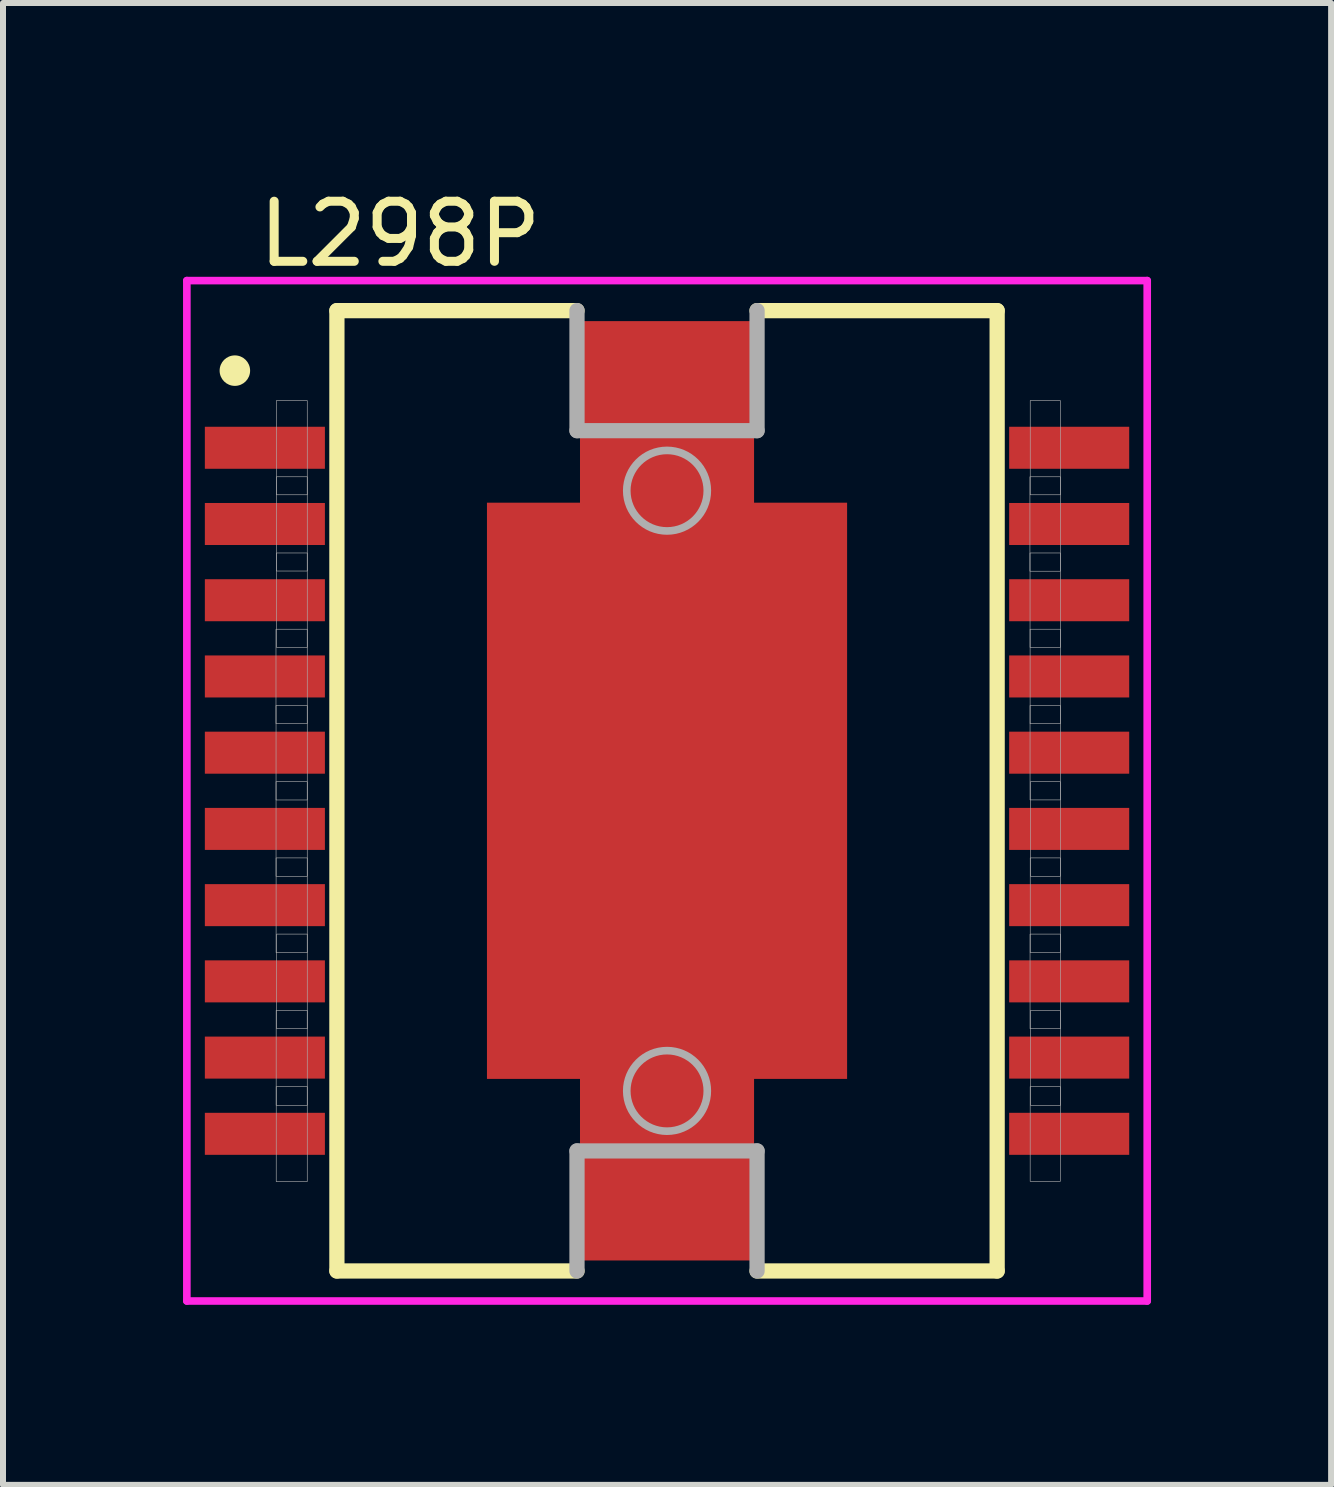
<source format=kicad_pcb>
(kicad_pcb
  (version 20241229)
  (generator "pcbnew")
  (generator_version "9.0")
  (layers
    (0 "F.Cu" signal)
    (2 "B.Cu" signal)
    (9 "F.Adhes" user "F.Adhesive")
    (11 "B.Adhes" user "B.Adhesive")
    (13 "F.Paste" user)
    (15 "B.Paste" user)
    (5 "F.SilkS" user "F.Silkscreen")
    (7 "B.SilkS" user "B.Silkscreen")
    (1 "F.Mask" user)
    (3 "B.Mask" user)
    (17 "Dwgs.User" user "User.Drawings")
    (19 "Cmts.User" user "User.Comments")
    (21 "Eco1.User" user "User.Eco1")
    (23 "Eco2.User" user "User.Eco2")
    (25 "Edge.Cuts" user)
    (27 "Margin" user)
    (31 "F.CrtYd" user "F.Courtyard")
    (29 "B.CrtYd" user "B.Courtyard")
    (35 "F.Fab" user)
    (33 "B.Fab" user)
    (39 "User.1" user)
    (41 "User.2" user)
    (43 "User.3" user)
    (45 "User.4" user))
  (footprint "L298P"
    (layer "F.Cu")
    (at 8.063 10.125)
    (property "Reference" "L298P" (at -4.448 -9.277 0) (layer "F.SilkS") (effects (font (size 1.001 1.001) (thickness 0.15))))
    (attr through_hole)
    (fp_line (start -5.5 8) (end -5.5 -8) (stroke (width 0.254) (type solid)) (layer "F.SilkS"))
    (fp_line (start -1.5 -8) (end -5.5 -8) (stroke (width 0.254) (type solid)) (layer "F.SilkS"))
    (fp_line (start -1.5 8) (end -5.5 8) (stroke (width 0.254) (type solid)) (layer "F.SilkS"))
    (fp_line (start 5.5 -8) (end 1.5 -8) (stroke (width 0.254) (type solid)) (layer "F.SilkS"))
    (fp_line (start 5.5 -8) (end 5.5 8) (stroke (width 0.254) (type solid)) (layer "F.SilkS"))
    (fp_line (start 5.5 8) (end 1.5 8) (stroke (width 0.254) (type solid)) (layer "F.SilkS"))
    (fp_circle (center -7.2 -7) (end -6.946 -7) (stroke (width 0) (type solid)) (fill yes) (layer "F.SilkS"))
    (fp_poly (pts (xy -1.901 -3) (xy 1.9 -3) (xy 1.9 3.001) (xy -1.901 3.001)) (stroke (width 0.01) (type solid)) (fill yes) (layer "F.Paste"))
    (fp_line (start -8 -8.5) (end -8 8.5) (stroke (width 0.127) (type solid)) (layer "F.CrtYd"))
    (fp_line (start -8 8.5) (end 8 8.5) (stroke (width 0.127) (type solid)) (layer "F.CrtYd"))
    (fp_line (start 8 -8.5) (end -8 -8.5) (stroke (width 0.127) (type solid)) (layer "F.CrtYd"))
    (fp_line (start 8 8.5) (end 8 -8.5) (stroke (width 0.127) (type solid)) (layer "F.CrtYd"))
    (fp_line (start -1.5 -6) (end -1.5 -8) (stroke (width 0.254) (type solid)) (layer "F.Fab"))
    (fp_line (start -1.5 -6) (end 1.5 -6) (stroke (width 0.254) (type solid)) (layer "F.Fab"))
    (fp_line (start -1.5 6) (end 1.5 6) (stroke (width 0.254) (type solid)) (layer "F.Fab"))
    (fp_line (start -1.5 8) (end -1.5 6) (stroke (width 0.254) (type solid)) (layer "F.Fab"))
    (fp_line (start 1.5 -6) (end 1.5 -8) (stroke (width 0.254) (type solid)) (layer "F.Fab"))
    (fp_line (start 1.5 8) (end 1.5 6) (stroke (width 0.254) (type solid)) (layer "F.Fab"))
    (fp_circle (center 0 -5) (end 0.671 -5) (stroke (width 0.127) (type solid)) (fill no) (layer "F.Fab"))
    (fp_circle (center 0 5) (end 0.671 5) (stroke (width 0.127) (type solid)) (fill no) (layer "F.Fab"))
    (fp_poly (pts (xy -6.515 -2.692) (xy -5.994 -2.692) (xy -5.994 -1.12) (xy -6.515 -1.12)) (stroke (width 0.01) (type solid)) (fill no) (layer "F.Fab"))
    (fp_poly (pts (xy -6.514 -1.422) (xy -5.994 -1.422) (xy -5.994 0.153) (xy -6.514 0.153)) (stroke (width 0.01) (type solid)) (fill no) (layer "F.Fab"))
    (fp_poly (pts (xy -6.514 -0.152) (xy -5.994 -0.152) (xy -5.994 1.425) (xy -6.514 1.425)) (stroke (width 0.01) (type solid)) (fill no) (layer "F.Fab"))
    (fp_poly (pts (xy -6.513 1.118) (xy -5.994 1.118) (xy -5.994 2.697) (xy -6.513 2.697)) (stroke (width 0.01) (type solid)) (fill no) (layer "F.Fab"))
    (fp_poly (pts (xy -6.512 3.658) (xy -5.994 3.658) (xy -5.994 5.24) (xy -6.512 5.24)) (stroke (width 0.01) (type solid)) (fill no) (layer "F.Fab"))
    (fp_poly (pts (xy -6.511 4.928) (xy -5.994 4.928) (xy -5.994 6.511) (xy -6.511 6.511)) (stroke (width 0.01) (type solid)) (fill no) (layer "F.Fab"))
    (fp_poly (pts (xy -6.508 -5.232) (xy -5.994 -5.232) (xy -5.994 -3.661) (xy -6.508 -3.661)) (stroke (width 0.01) (type solid)) (fill no) (layer "F.Fab"))
    (fp_poly (pts (xy -6.508 -6.502) (xy -5.994 -6.502) (xy -5.994 -4.932) (xy -6.508 -4.932)) (stroke (width 0.01) (type solid)) (fill no) (layer "F.Fab"))
    (fp_poly (pts (xy -6.507 -3.962) (xy -5.994 -3.962) (xy -5.994 -2.389) (xy -6.507 -2.389)) (stroke (width 0.01) (type solid)) (fill no) (layer "F.Fab"))
    (fp_poly (pts (xy -6.505 2.388) (xy -5.994 2.388) (xy -5.994 3.964) (xy -6.505 3.964)) (stroke (width 0.01) (type solid)) (fill no) (layer "F.Fab"))
    (fp_poly (pts (xy 6.046 -5.232) (xy 6.553 -5.232) (xy 6.553 -3.658) (xy 6.046 -3.658)) (stroke (width 0.01) (type solid)) (fill no) (layer "F.Fab"))
    (fp_poly (pts (xy 6.048 2.388) (xy 6.553 2.388) (xy 6.553 3.964) (xy 6.048 3.964)) (stroke (width 0.01) (type solid)) (fill no) (layer "F.Fab"))
    (fp_poly (pts (xy 6.048 -3.962) (xy 6.553 -3.962) (xy 6.553 -2.389) (xy 6.048 -2.389)) (stroke (width 0.01) (type solid)) (fill no) (layer "F.Fab"))
    (fp_poly (pts (xy 6.048 -1.422) (xy 6.553 -1.422) (xy 6.553 0.152) (xy 6.048 0.152)) (stroke (width 0.01) (type solid)) (fill no) (layer "F.Fab"))
    (fp_poly (pts (xy 6.049 -2.692) (xy 6.553 -2.692) (xy 6.553 -1.118) (xy 6.049 -1.118)) (stroke (width 0.01) (type solid)) (fill no) (layer "F.Fab"))
    (fp_poly (pts (xy 6.05 4.928) (xy 6.553 4.928) (xy 6.553 6.507) (xy 6.05 6.507)) (stroke (width 0.01) (type solid)) (fill no) (layer "F.Fab"))
    (fp_poly (pts (xy 6.051 -6.502) (xy 6.553 -6.502) (xy 6.553 -4.932) (xy 6.051 -4.932)) (stroke (width 0.01) (type solid)) (fill no) (layer "F.Fab"))
    (fp_poly (pts (xy 6.051 1.118) (xy 6.553 1.118) (xy 6.553 2.695) (xy 6.051 2.695)) (stroke (width 0.01) (type solid)) (fill no) (layer "F.Fab"))
    (fp_poly (pts (xy 6.053 -0.152) (xy 6.553 -0.152) (xy 6.553 1.424) (xy 6.053 1.424)) (stroke (width 0.01) (type solid)) (fill no) (layer "F.Fab"))
    (fp_poly (pts (xy 6.056 3.658) (xy 6.553 3.658) (xy 6.553 5.242) (xy 6.056 5.242)) (stroke (width 0.01) (type solid)) (fill no) (layer "F.Fab"))
    (pad "1" smd rect (at -6.7 -5.715) (size 2 0.7) (layers "F.Cu" "F.Mask" "F.Paste"))
    (pad "2" smd rect (at -6.7 -4.445) (size 2 0.7) (layers "F.Cu" "F.Mask" "F.Paste"))
    (pad "3" smd rect (at -6.7 -3.175) (size 2 0.7) (layers "F.Cu" "F.Mask" "F.Paste"))
    (pad "4" smd rect (at -6.7 -1.905) (size 2 0.7) (layers "F.Cu" "F.Mask" "F.Paste"))
    (pad "5" smd rect (at -6.7 -0.635) (size 2 0.7) (layers "F.Cu" "F.Mask" "F.Paste"))
    (pad "6" smd rect (at -6.7 0.635) (size 2 0.7) (layers "F.Cu" "F.Mask" "F.Paste"))
    (pad "7" smd rect (at -6.7 1.905) (size 2 0.7) (layers "F.Cu" "F.Mask" "F.Paste"))
    (pad "8" smd rect (at -6.7 3.175) (size 2 0.7) (layers "F.Cu" "F.Mask" "F.Paste"))
    (pad "9" smd rect (at -6.7 4.445) (size 2 0.7) (layers "F.Cu" "F.Mask" "F.Paste"))
    (pad "10" smd rect (at -6.7 5.715) (size 2 0.7) (layers "F.Cu" "F.Mask" "F.Paste"))
    (pad "11" smd rect (at 6.7 5.715) (size 2 0.7) (layers "F.Cu" "F.Mask" "F.Paste"))
    (pad "12" smd rect (at 6.7 4.445) (size 2 0.7) (layers "F.Cu" "F.Mask" "F.Paste"))
    (pad "13" smd rect (at 6.7 3.175) (size 2 0.7) (layers "F.Cu" "F.Mask" "F.Paste"))
    (pad "14" smd rect (at 6.7 1.905) (size 2 0.7) (layers "F.Cu" "F.Mask" "F.Paste"))
    (pad "15" smd rect (at 6.7 0.635) (size 2 0.7) (layers "F.Cu" "F.Mask" "F.Paste"))
    (pad "16" smd rect (at 6.7 -0.635) (size 2 0.7) (layers "F.Cu" "F.Mask" "F.Paste"))
    (pad "17" smd rect (at 6.7 -1.905) (size 2 0.7) (layers "F.Cu" "F.Mask" "F.Paste"))
    (pad "18" smd rect (at 6.7 -3.175) (size 2 0.7) (layers "F.Cu" "F.Mask" "F.Paste"))
    (pad "19" smd rect (at 6.7 -4.445) (size 2 0.7) (layers "F.Cu" "F.Mask" "F.Paste"))
    (pad "20" smd rect (at 6.7 -5.715) (size 2 0.7) (layers "F.Cu" "F.Mask" "F.Paste"))
    (pad "21" smd rect (at 0 0 270) (size 9.6 6) (layers "F.Cu" "F.Mask"))
    (pad "22" smd rect (at 0 -6.3 90) (size 3.05 2.9) (layers "F.Cu" "F.Mask"))
    (pad "23" smd rect (at 0 6.3 90) (size 3.05 2.9) (layers "F.Cu" "F.Mask")))
  (gr_rect
    (start -3 -3)
    (end 19.127 21.689)
    (stroke (width 0.1) (type default))
    (fill no)
    (layer "Edge.Cuts")))
</source>
